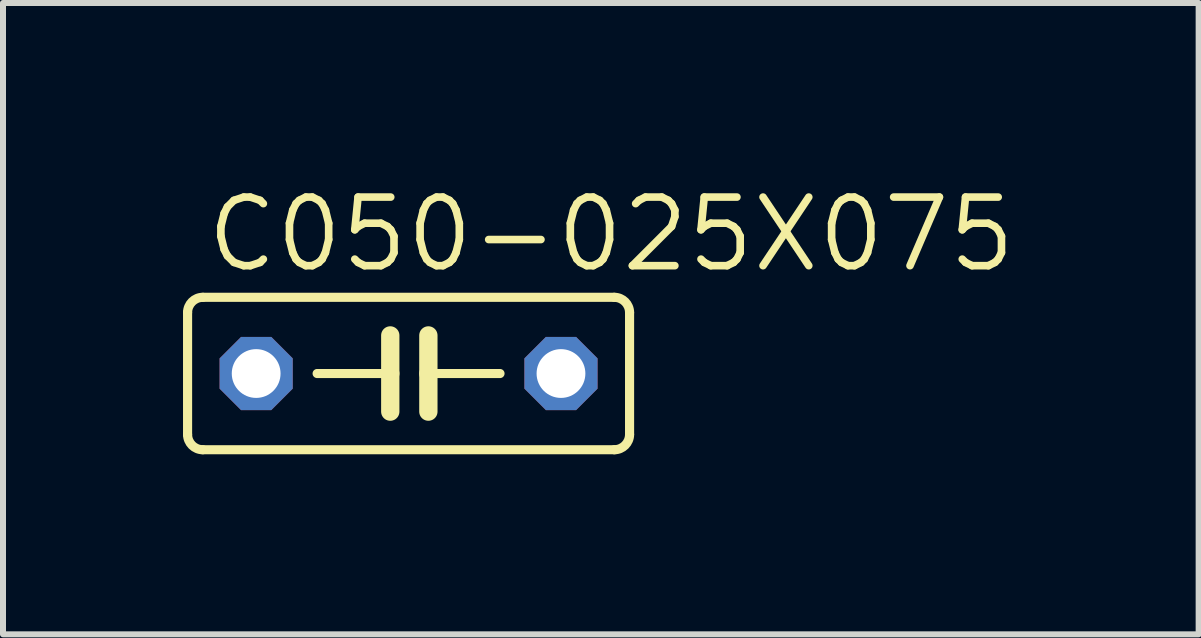
<source format=kicad_pcb>
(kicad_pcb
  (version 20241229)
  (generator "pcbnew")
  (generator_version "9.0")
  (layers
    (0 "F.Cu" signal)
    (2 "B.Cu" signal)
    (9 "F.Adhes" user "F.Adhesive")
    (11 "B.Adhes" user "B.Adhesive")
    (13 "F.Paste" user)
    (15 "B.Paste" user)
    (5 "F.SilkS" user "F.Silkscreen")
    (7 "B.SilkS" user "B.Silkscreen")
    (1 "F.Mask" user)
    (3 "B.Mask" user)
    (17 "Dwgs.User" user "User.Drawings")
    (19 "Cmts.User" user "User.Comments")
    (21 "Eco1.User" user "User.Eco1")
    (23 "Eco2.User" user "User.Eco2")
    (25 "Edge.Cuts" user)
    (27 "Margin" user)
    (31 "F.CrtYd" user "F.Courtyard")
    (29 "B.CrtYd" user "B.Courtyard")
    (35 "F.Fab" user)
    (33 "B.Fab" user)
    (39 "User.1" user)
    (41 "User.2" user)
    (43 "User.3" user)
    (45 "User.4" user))
  (footprint "C050-025X075"
    (layer "F.Cu")
    (at 3.759 3.175)
    (property "Reference" "C050-025X075" (at -3.429 -1.651 0) (layer "F.SilkS") (effects (font (size 1.143 1.143) (thickness 0.127)) (justify left bottom)))
    (fp_line (start -3.683 -1.016) (end -3.683 1.016) (stroke (width 0.152) (type solid)) (layer "F.SilkS"))
    (fp_line (start -3.429 1.27) (end 3.429 1.27) (stroke (width 0.152) (type solid)) (layer "F.SilkS"))
    (fp_line (start -0.305 -0.635) (end -0.305 0) (stroke (width 0.305) (type solid)) (layer "F.SilkS"))
    (fp_line (start -0.305 0) (end -1.524 0) (stroke (width 0.152) (type solid)) (layer "F.SilkS"))
    (fp_line (start -0.305 0) (end -0.305 0.635) (stroke (width 0.305) (type solid)) (layer "F.SilkS"))
    (fp_line (start 0.33 -0.635) (end 0.33 0) (stroke (width 0.305) (type solid)) (layer "F.SilkS"))
    (fp_line (start 0.33 0) (end 0.33 0.635) (stroke (width 0.305) (type solid)) (layer "F.SilkS"))
    (fp_line (start 0.33 0) (end 1.524 0) (stroke (width 0.152) (type solid)) (layer "F.SilkS"))
    (fp_line (start 3.429 -1.27) (end -3.429 -1.27) (stroke (width 0.152) (type solid)) (layer "F.SilkS"))
    (fp_line (start 3.683 1.016) (end 3.683 -1.016) (stroke (width 0.152) (type solid)) (layer "F.SilkS"))
    (fp_arc (start -3.683 -1.016) (mid -3.608605 -1.195605) (end -3.429 -1.27) (stroke (width 0.1524) (type solid)) (layer "F.SilkS"))
    (fp_arc (start -3.429 1.27) (mid -3.608605 1.195605) (end -3.683 1.016) (stroke (width 0.1524) (type solid)) (layer "F.SilkS"))
    (fp_arc (start 3.429 -1.27) (mid 3.608605 -1.195605) (end 3.683 -1.016) (stroke (width 0.1524) (type solid)) (layer "F.SilkS"))
    (fp_arc (start 3.683 1.016) (mid 3.608605 1.195605) (end 3.429 1.27) (stroke (width 0.1524) (type solid)) (layer "F.SilkS"))
    (pad "1" thru_hole roundrect (at -2.54 0) (size 1.219 1.219) (drill 0.813) (layers "*.Cu" "*.Mask") (roundrect_rratio 0.25) (chamfer_ratio 0.293) (chamfer top_left top_right bottom_left bottom_right))
    (pad "2" thru_hole roundrect (at 2.54 0) (size 1.219 1.219) (drill 0.813) (layers "*.Cu" "*.Mask") (roundrect_rratio 0.25) (chamfer_ratio 0.293) (chamfer top_left top_right bottom_left bottom_right)))
  (gr_rect
    (start -3 -3)
    (end 16.926 7.521)
    (stroke (width 0.1) (type default))
    (fill no)
    (layer "Edge.Cuts")))
</source>
